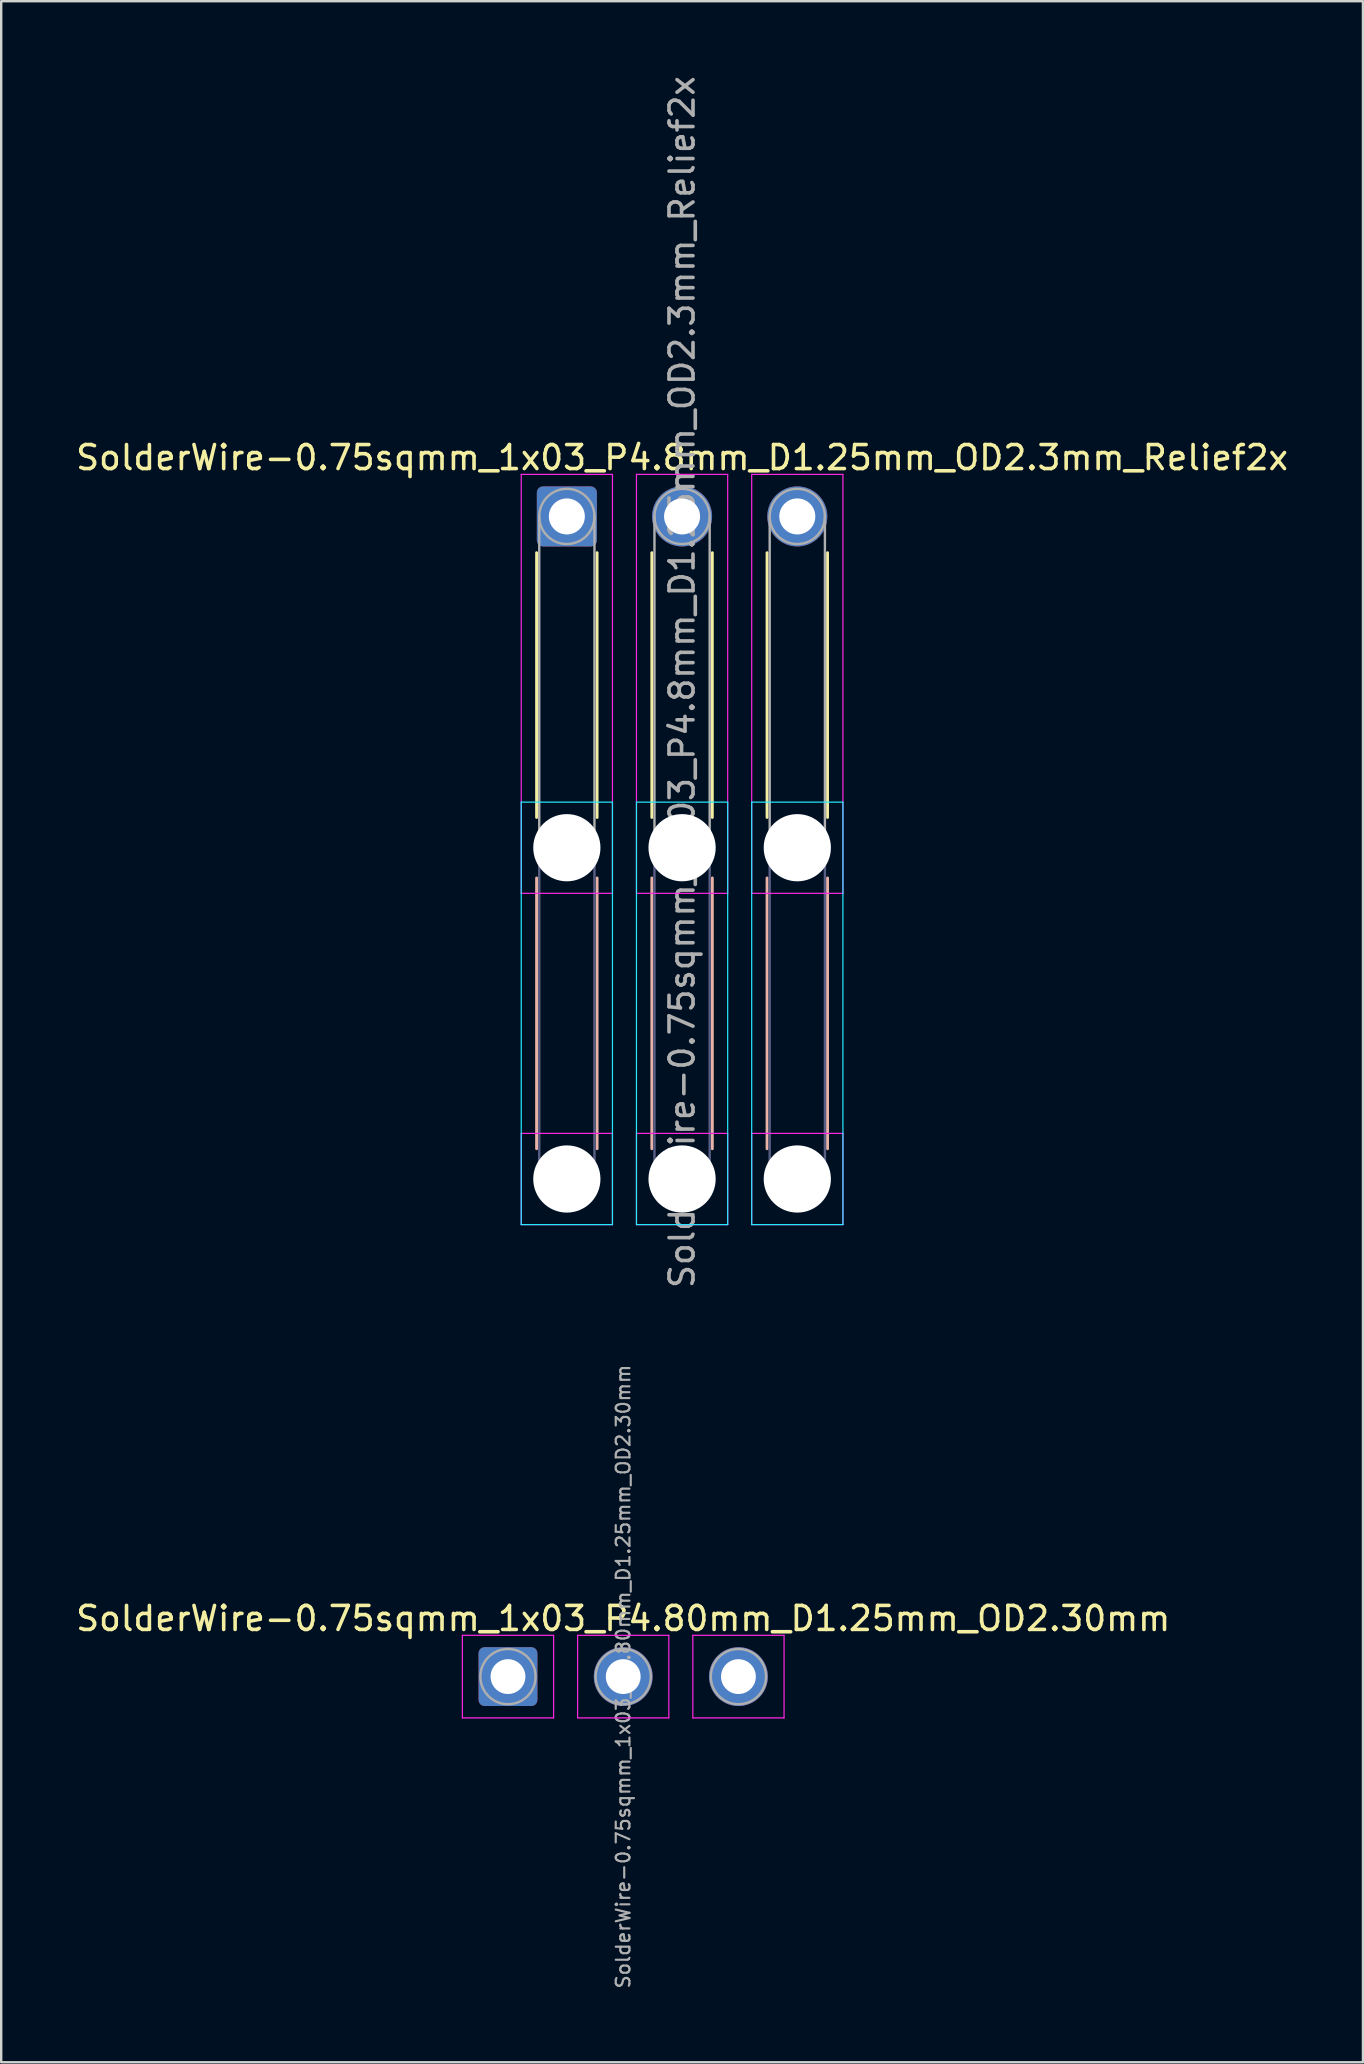
<source format=kicad_pcb>
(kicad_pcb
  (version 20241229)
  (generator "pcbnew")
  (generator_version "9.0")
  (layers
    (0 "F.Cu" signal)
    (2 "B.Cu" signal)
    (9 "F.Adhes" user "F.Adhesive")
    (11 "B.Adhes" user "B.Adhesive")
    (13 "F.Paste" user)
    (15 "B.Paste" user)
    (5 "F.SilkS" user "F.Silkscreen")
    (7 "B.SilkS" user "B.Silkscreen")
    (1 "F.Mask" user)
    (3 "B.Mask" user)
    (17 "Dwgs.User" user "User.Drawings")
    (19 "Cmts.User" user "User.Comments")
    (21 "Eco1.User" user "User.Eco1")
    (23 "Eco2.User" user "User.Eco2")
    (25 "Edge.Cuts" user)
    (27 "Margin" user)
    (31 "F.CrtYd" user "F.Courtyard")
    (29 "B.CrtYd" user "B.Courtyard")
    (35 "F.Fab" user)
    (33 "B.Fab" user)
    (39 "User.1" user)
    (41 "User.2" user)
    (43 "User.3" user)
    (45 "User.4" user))
  (footprint "SolderWire-0.75sqmm_1x03_P4.8mm_D1.25mm_OD2.3mm_Relief2x"
    (layer "F.Cu")
    (at 20.563 18.463)
    (property "Reference" "SolderWire-0.75sqmm_1x03_P4.8mm_D1.25mm_OD2.3mm_Relief2x" (at 4.8 -2.45 0) (layer "F.SilkS") (effects (font (size 1 1) (thickness 0.15))))
    (attr exclude_from_pos_files exclude_from_bom)
    (fp_line (start -1.26 1.51) (end -1.26 12.54) (stroke (width 0.12) (type solid)) (layer "F.SilkS"))
    (fp_line (start 1.26 1.51) (end 1.26 12.54) (stroke (width 0.12) (type solid)) (layer "F.SilkS"))
    (fp_line (start 3.54 1.51) (end 3.54 12.54) (stroke (width 0.12) (type solid)) (layer "F.SilkS"))
    (fp_line (start 6.06 1.51) (end 6.06 12.54) (stroke (width 0.12) (type solid)) (layer "F.SilkS"))
    (fp_line (start 8.34 1.51) (end 8.34 12.54) (stroke (width 0.12) (type solid)) (layer "F.SilkS"))
    (fp_line (start 10.86 1.51) (end 10.86 12.54) (stroke (width 0.12) (type solid)) (layer "F.SilkS"))
    (fp_line (start -1.26 15.06) (end -1.26 26.34) (stroke (width 0.12) (type solid)) (layer "B.SilkS"))
    (fp_line (start 1.26 15.06) (end 1.26 26.34) (stroke (width 0.12) (type solid)) (layer "B.SilkS"))
    (fp_line (start 3.54 15.06) (end 3.54 26.34) (stroke (width 0.12) (type solid)) (layer "B.SilkS"))
    (fp_line (start 6.06 15.06) (end 6.06 26.34) (stroke (width 0.12) (type solid)) (layer "B.SilkS"))
    (fp_line (start 8.34 15.06) (end 8.34 26.34) (stroke (width 0.12) (type solid)) (layer "B.SilkS"))
    (fp_line (start 10.86 15.06) (end 10.86 26.34) (stroke (width 0.12) (type solid)) (layer "B.SilkS"))
    (fp_line (start -1.9 11.9) (end -1.9 29.5) (stroke (width 0.05) (type solid)) (layer "B.CrtYd"))
    (fp_line (start -1.9 29.5) (end 1.9 29.5) (stroke (width 0.05) (type solid)) (layer "B.CrtYd"))
    (fp_line (start 1.9 11.9) (end -1.9 11.9) (stroke (width 0.05) (type solid)) (layer "B.CrtYd"))
    (fp_line (start 1.9 29.5) (end 1.9 11.9) (stroke (width 0.05) (type solid)) (layer "B.CrtYd"))
    (fp_line (start 2.9 11.9) (end 2.9 29.5) (stroke (width 0.05) (type solid)) (layer "B.CrtYd"))
    (fp_line (start 2.9 29.5) (end 6.7 29.5) (stroke (width 0.05) (type solid)) (layer "B.CrtYd"))
    (fp_line (start 6.7 11.9) (end 2.9 11.9) (stroke (width 0.05) (type solid)) (layer "B.CrtYd"))
    (fp_line (start 6.7 29.5) (end 6.7 11.9) (stroke (width 0.05) (type solid)) (layer "B.CrtYd"))
    (fp_line (start 7.7 11.9) (end 7.7 29.5) (stroke (width 0.05) (type solid)) (layer "B.CrtYd"))
    (fp_line (start 7.7 29.5) (end 11.5 29.5) (stroke (width 0.05) (type solid)) (layer "B.CrtYd"))
    (fp_line (start 11.5 11.9) (end 7.7 11.9) (stroke (width 0.05) (type solid)) (layer "B.CrtYd"))
    (fp_line (start 11.5 29.5) (end 11.5 11.9) (stroke (width 0.05) (type solid)) (layer "B.CrtYd"))
    (fp_line (start -1.9 -1.75) (end -1.9 15.7) (stroke (width 0.05) (type solid)) (layer "F.CrtYd"))
    (fp_line (start -1.9 15.7) (end 1.9 15.7) (stroke (width 0.05) (type solid)) (layer "F.CrtYd"))
    (fp_line (start -1.9 25.7) (end -1.9 29.5) (stroke (width 0.05) (type solid)) (layer "F.CrtYd"))
    (fp_line (start -1.9 29.5) (end 1.9 29.5) (stroke (width 0.05) (type solid)) (layer "F.CrtYd"))
    (fp_line (start 1.9 -1.75) (end -1.9 -1.75) (stroke (width 0.05) (type solid)) (layer "F.CrtYd"))
    (fp_line (start 1.9 15.7) (end 1.9 -1.75) (stroke (width 0.05) (type solid)) (layer "F.CrtYd"))
    (fp_line (start 1.9 25.7) (end -1.9 25.7) (stroke (width 0.05) (type solid)) (layer "F.CrtYd"))
    (fp_line (start 1.9 29.5) (end 1.9 25.7) (stroke (width 0.05) (type solid)) (layer "F.CrtYd"))
    (fp_line (start 2.9 -1.75) (end 2.9 15.7) (stroke (width 0.05) (type solid)) (layer "F.CrtYd"))
    (fp_line (start 2.9 15.7) (end 6.7 15.7) (stroke (width 0.05) (type solid)) (layer "F.CrtYd"))
    (fp_line (start 2.9 25.7) (end 2.9 29.5) (stroke (width 0.05) (type solid)) (layer "F.CrtYd"))
    (fp_line (start 2.9 29.5) (end 6.7 29.5) (stroke (width 0.05) (type solid)) (layer "F.CrtYd"))
    (fp_line (start 6.7 -1.75) (end 2.9 -1.75) (stroke (width 0.05) (type solid)) (layer "F.CrtYd"))
    (fp_line (start 6.7 15.7) (end 6.7 -1.75) (stroke (width 0.05) (type solid)) (layer "F.CrtYd"))
    (fp_line (start 6.7 25.7) (end 2.9 25.7) (stroke (width 0.05) (type solid)) (layer "F.CrtYd"))
    (fp_line (start 6.7 29.5) (end 6.7 25.7) (stroke (width 0.05) (type solid)) (layer "F.CrtYd"))
    (fp_line (start 7.7 -1.75) (end 7.7 15.7) (stroke (width 0.05) (type solid)) (layer "F.CrtYd"))
    (fp_line (start 7.7 15.7) (end 11.5 15.7) (stroke (width 0.05) (type solid)) (layer "F.CrtYd"))
    (fp_line (start 7.7 25.7) (end 7.7 29.5) (stroke (width 0.05) (type solid)) (layer "F.CrtYd"))
    (fp_line (start 7.7 29.5) (end 11.5 29.5) (stroke (width 0.05) (type solid)) (layer "F.CrtYd"))
    (fp_line (start 11.5 -1.75) (end 7.7 -1.75) (stroke (width 0.05) (type solid)) (layer "F.CrtYd"))
    (fp_line (start 11.5 15.7) (end 11.5 -1.75) (stroke (width 0.05) (type solid)) (layer "F.CrtYd"))
    (fp_line (start 11.5 25.7) (end 7.7 25.7) (stroke (width 0.05) (type solid)) (layer "F.CrtYd"))
    (fp_line (start 11.5 29.5) (end 11.5 25.7) (stroke (width 0.05) (type solid)) (layer "F.CrtYd"))
    (fp_line (start -1.15 13.8) (end -1.15 27.6) (stroke (width 0.1) (type solid)) (layer "B.Fab"))
    (fp_line (start 1.15 13.8) (end 1.15 27.6) (stroke (width 0.1) (type solid)) (layer "B.Fab"))
    (fp_line (start 3.65 13.8) (end 3.65 27.6) (stroke (width 0.1) (type solid)) (layer "B.Fab"))
    (fp_line (start 5.95 13.8) (end 5.95 27.6) (stroke (width 0.1) (type solid)) (layer "B.Fab"))
    (fp_line (start 8.45 13.8) (end 8.45 27.6) (stroke (width 0.1) (type solid)) (layer "B.Fab"))
    (fp_line (start 10.75 13.8) (end 10.75 27.6) (stroke (width 0.1) (type solid)) (layer "B.Fab"))
    (fp_circle (center 0 13.8) (end 1.15 13.8) (stroke (width 0.1) (type solid)) (fill no) (layer "B.Fab"))
    (fp_circle (center 0 27.6) (end 1.15 27.6) (stroke (width 0.1) (type solid)) (fill no) (layer "B.Fab"))
    (fp_circle (center 4.8 13.8) (end 5.95 13.8) (stroke (width 0.1) (type solid)) (fill no) (layer "B.Fab"))
    (fp_circle (center 4.8 27.6) (end 5.95 27.6) (stroke (width 0.1) (type solid)) (fill no) (layer "B.Fab"))
    (fp_circle (center 9.6 13.8) (end 10.75 13.8) (stroke (width 0.1) (type solid)) (fill no) (layer "B.Fab"))
    (fp_circle (center 9.6 27.6) (end 10.75 27.6) (stroke (width 0.1) (type solid)) (fill no) (layer "B.Fab"))
    (fp_line (start -1.15 0) (end -1.15 13.8) (stroke (width 0.1) (type solid)) (layer "F.Fab"))
    (fp_line (start 1.15 0) (end 1.15 13.8) (stroke (width 0.1) (type solid)) (layer "F.Fab"))
    (fp_line (start 3.65 0) (end 3.65 13.8) (stroke (width 0.1) (type solid)) (layer "F.Fab"))
    (fp_line (start 5.95 0) (end 5.95 13.8) (stroke (width 0.1) (type solid)) (layer "F.Fab"))
    (fp_line (start 8.45 0) (end 8.45 13.8) (stroke (width 0.1) (type solid)) (layer "F.Fab"))
    (fp_line (start 10.75 0) (end 10.75 13.8) (stroke (width 0.1) (type solid)) (layer "F.Fab"))
    (fp_circle (center 0 0) (end 1.15 0) (stroke (width 0.1) (type solid)) (fill no) (layer "F.Fab"))
    (fp_circle (center 0 13.8) (end 1.15 13.8) (stroke (width 0.1) (type solid)) (fill no) (layer "F.Fab"))
    (fp_circle (center 0 27.6) (end 1.15 27.6) (stroke (width 0.1) (type solid)) (fill no) (layer "F.Fab"))
    (fp_circle (center 4.8 0) (end 5.95 0) (stroke (width 0.1) (type solid)) (fill no) (layer "F.Fab"))
    (fp_circle (center 4.8 13.8) (end 5.95 13.8) (stroke (width 0.1) (type solid)) (fill no) (layer "F.Fab"))
    (fp_circle (center 4.8 27.6) (end 5.95 27.6) (stroke (width 0.1) (type solid)) (fill no) (layer "F.Fab"))
    (fp_circle (center 9.6 0) (end 10.75 0) (stroke (width 0.1) (type solid)) (fill no) (layer "F.Fab"))
    (fp_circle (center 9.6 13.8) (end 10.75 13.8) (stroke (width 0.1) (type solid)) (fill no) (layer "F.Fab"))
    (fp_circle (center 9.6 27.6) (end 10.75 27.6) (stroke (width 0.1) (type solid)) (fill no) (layer "F.Fab"))
    (fp_text user "${REFERENCE}" (at 4.8 6.9 90) (layer "F.Fab") (effects (font (size 1 1) (thickness 0.15))))
    (pad "" np_thru_hole circle (at 0 13.8) (size 2.8 2.8) (drill 2.8) (layers "*.Cu" "*.Mask"))
    (pad "" np_thru_hole circle (at 0 27.6) (size 2.8 2.8) (drill 2.8) (layers "*.Cu" "*.Mask"))
    (pad "" np_thru_hole circle (at 4.8 13.8) (size 2.8 2.8) (drill 2.8) (layers "*.Cu" "*.Mask"))
    (pad "" np_thru_hole circle (at 4.8 27.6) (size 2.8 2.8) (drill 2.8) (layers "*.Cu" "*.Mask"))
    (pad "" np_thru_hole circle (at 9.6 13.8) (size 2.8 2.8) (drill 2.8) (layers "*.Cu" "*.Mask"))
    (pad "" np_thru_hole circle (at 9.6 27.6) (size 2.8 2.8) (drill 2.8) (layers "*.Cu" "*.Mask"))
    (pad "1" thru_hole roundrect (at 0 0) (size 2.5 2.5) (drill 1.5) (layers "*.Cu" "*.Mask") (roundrect_rratio 0.1))
    (pad "2" thru_hole circle (at 4.8 0) (size 2.5 2.5) (drill 1.5) (layers "*.Cu" "*.Mask"))
    (pad "3" thru_hole circle (at 9.6 0) (size 2.5 2.5) (drill 1.5) (layers "*.Cu" "*.Mask")))
  (footprint "SolderWire-0.75sqmm_1x03_P4.80mm_D1.25mm_OD2.30mm"
    (layer "F.Cu")
    (at 18.111 66.792)
    (property "Reference" "SolderWire-0.75sqmm_1x03_P4.80mm_D1.25mm_OD2.30mm" (at 4.8 -2.42 0) (layer "F.SilkS") (effects (font (size 1 1) (thickness 0.15))))
    (attr exclude_from_pos_files exclude_from_bom)
    (fp_line (start -1.9 -1.72) (end -1.9 1.72) (stroke (width 0.05) (type solid)) (layer "F.CrtYd"))
    (fp_line (start -1.9 1.72) (end 1.9 1.72) (stroke (width 0.05) (type solid)) (layer "F.CrtYd"))
    (fp_line (start 1.9 -1.72) (end -1.9 -1.72) (stroke (width 0.05) (type solid)) (layer "F.CrtYd"))
    (fp_line (start 1.9 1.72) (end 1.9 -1.72) (stroke (width 0.05) (type solid)) (layer "F.CrtYd"))
    (fp_line (start 2.9 -1.72) (end 2.9 1.72) (stroke (width 0.05) (type solid)) (layer "F.CrtYd"))
    (fp_line (start 2.9 1.72) (end 6.7 1.72) (stroke (width 0.05) (type solid)) (layer "F.CrtYd"))
    (fp_line (start 6.7 -1.72) (end 2.9 -1.72) (stroke (width 0.05) (type solid)) (layer "F.CrtYd"))
    (fp_line (start 6.7 1.72) (end 6.7 -1.72) (stroke (width 0.05) (type solid)) (layer "F.CrtYd"))
    (fp_line (start 7.7 -1.72) (end 7.7 1.72) (stroke (width 0.05) (type solid)) (layer "F.CrtYd"))
    (fp_line (start 7.7 1.72) (end 11.5 1.72) (stroke (width 0.05) (type solid)) (layer "F.CrtYd"))
    (fp_line (start 11.5 -1.72) (end 7.7 -1.72) (stroke (width 0.05) (type solid)) (layer "F.CrtYd"))
    (fp_line (start 11.5 1.72) (end 11.5 -1.72) (stroke (width 0.05) (type solid)) (layer "F.CrtYd"))
    (fp_circle (center 0 0) (end 1.15 0) (stroke (width 0.1) (type solid)) (fill no) (layer "F.Fab"))
    (fp_circle (center 4.8 0) (end 5.95 0) (stroke (width 0.1) (type solid)) (fill no) (layer "F.Fab"))
    (fp_circle (center 9.6 0) (end 10.75 0) (stroke (width 0.1) (type solid)) (fill no) (layer "F.Fab"))
    (fp_text user "${REFERENCE}" (at 4.8 0 90) (layer "F.Fab") (effects (font (size 0.57 0.57) (thickness 0.09))))
    (pad "1" thru_hole roundrect (at 0 0) (size 2.45 2.45) (drill 1.45) (layers "*.Cu" "*.Mask") (roundrect_rratio 0.102))
    (pad "2" thru_hole circle (at 4.8 0) (size 2.45 2.45) (drill 1.45) (layers "*.Cu" "*.Mask"))
    (pad "3" thru_hole circle (at 9.6 0) (size 2.45 2.45) (drill 1.45) (layers "*.Cu" "*.Mask")))
  (gr_rect
    (start -3 -3)
    (end 53.726 82.858)
    (stroke (width 0.1) (type default))
    (fill no)
    (layer "Edge.Cuts")))
</source>
